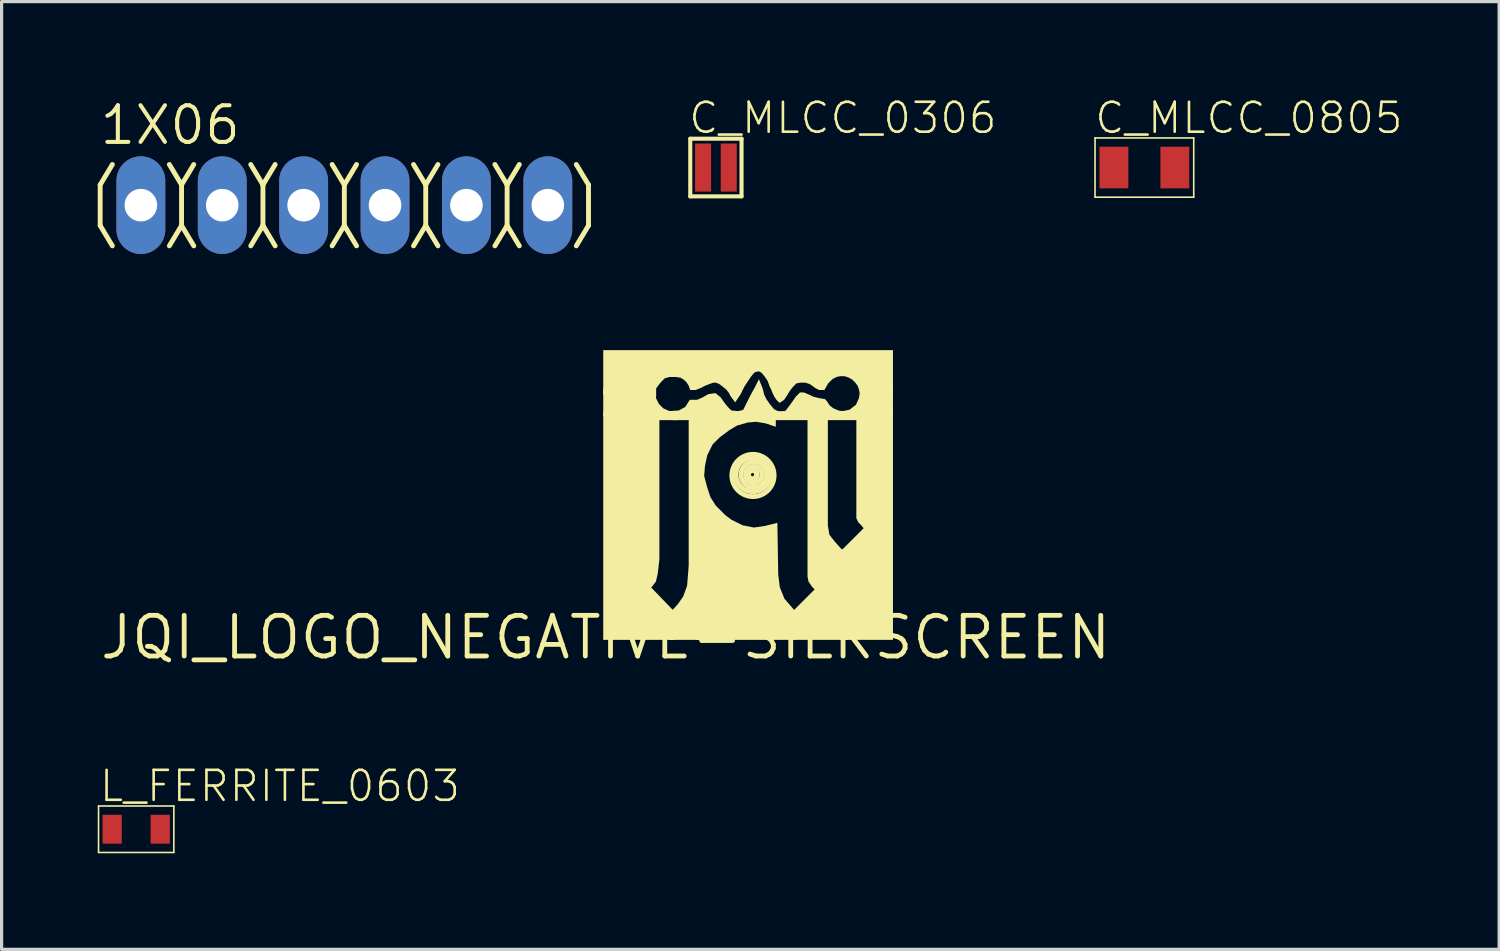
<source format=kicad_pcb>
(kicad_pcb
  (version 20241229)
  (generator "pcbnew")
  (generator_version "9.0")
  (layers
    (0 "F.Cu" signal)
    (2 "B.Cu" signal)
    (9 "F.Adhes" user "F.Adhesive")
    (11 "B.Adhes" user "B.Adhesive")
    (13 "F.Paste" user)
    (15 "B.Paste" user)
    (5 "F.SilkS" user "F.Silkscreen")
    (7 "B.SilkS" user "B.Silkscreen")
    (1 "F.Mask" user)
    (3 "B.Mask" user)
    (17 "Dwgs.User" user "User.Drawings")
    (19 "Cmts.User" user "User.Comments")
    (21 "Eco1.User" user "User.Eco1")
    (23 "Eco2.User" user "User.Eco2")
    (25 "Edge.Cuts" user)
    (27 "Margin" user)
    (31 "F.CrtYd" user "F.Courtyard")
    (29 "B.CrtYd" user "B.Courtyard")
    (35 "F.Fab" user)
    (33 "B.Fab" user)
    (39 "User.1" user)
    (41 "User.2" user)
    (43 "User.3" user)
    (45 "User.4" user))
  (footprint "JQI_LOGO_NEGATIVE-SILKSCREEN"
    (layer "F.Cu")
    (at 15.852 16.843)
    (property "Reference" "JQI_LOGO_NEGATIVE-SILKSCREEN" (at 0 0 0) (layer "F.SilkS") (effects (font (size 1.27 1.27) (thickness 0.15))))
    (fp_circle (center 4.572 -5.08) (end 4.629 -5.08) (stroke (width 0.152) (type solid)) (fill no) (layer "F.SilkS"))
    (fp_circle (center 4.597 -5.08) (end 4.734 -5.08) (stroke (width 0.152) (type solid)) (fill no) (layer "F.SilkS"))
    (fp_circle (center 4.597 -5.08) (end 5.128 -5.08) (stroke (width 0.152) (type solid)) (fill no) (layer "F.SilkS"))
    (fp_circle (center 4.597 -5.055) (end 5.256 -5.055) (stroke (width 0.152) (type solid)) (fill no) (layer "F.SilkS"))
    (fp_circle (center 4.623 -5.08) (end 4.882 -5.08) (stroke (width 0.152) (type solid)) (fill no) (layer "F.SilkS"))
    (fp_circle (center 4.623 -5.08) (end 5.024 -5.08) (stroke (width 0.152) (type solid)) (fill no) (layer "F.SilkS"))
    (fp_poly (pts (xy 2.235 -6.782) (xy 1.676 -6.782) (xy 1.676 -2.434) (xy 1.625 -1.994) (xy 1.569 -1.745) (xy 1.422 -1.555) (xy 2.159 -0.793) (xy 2.159 0.076) (xy -0.076 0.076) (xy -0.076 -7.061) (xy 2.235 -7.061)) (stroke (width 0) (type default)) (fill yes) (layer "F.SilkS"))
    (fp_poly (pts (xy 2.946 0.076) (xy 1.981 0.076) (xy 1.981 -0.741) (xy 2.252 -1.038) (xy 2.421 -1.28) (xy 2.541 -1.616) (xy 2.591 -2.238) (xy 2.591 -6.782) (xy 2.083 -6.782) (xy 2.083 -7.061) (xy 2.946 -7.061)) (stroke (width 0) (type default)) (fill yes) (layer "F.SilkS"))
    (fp_poly (pts (xy 8.966 0.076) (xy 7.315 0.076) (xy 7.315 -2.673) (xy 8.05 -3.408) (xy 7.97 -3.505) (xy 7.888 -3.587) (xy 7.823 -3.716) (xy 7.823 -6.782) (xy 6.821 -6.782) (xy 6.765 -7.061) (xy 8.966 -7.061)) (stroke (width 0) (type default)) (fill yes) (layer "F.SilkS"))
    (fp_poly (pts (xy 6.934 -3.486) (xy 6.981 -3.207) (xy 7.145 -2.995) (xy 7.358 -2.758) (xy 7.544 -2.697) (xy 7.544 0.076) (xy 5.763 0.076) (xy 5.792 -0.769) (xy 6.522 -1.499) (xy 6.443 -1.577) (xy 6.329 -1.748) (xy 6.299 -1.897) (xy 6.299 -6.782) (xy 5.182 -6.782) (xy 5.182 -7.061) (xy 6.934 -7.061)) (stroke (width 0) (type default)) (fill yes) (layer "F.SilkS"))
    (fp_poly (pts (xy 5.309 -6.574) (xy 4.985 -6.682) (xy 4.696 -6.73) (xy 4.434 -6.707) (xy 4.095 -6.61) (xy 3.853 -6.464) (xy 3.555 -6.241) (xy 3.339 -6.025) (xy 3.171 -5.69) (xy 3.098 -5.348) (xy 3.074 -5.036) (xy 3.172 -4.67) (xy 3.27 -4.376) (xy 3.438 -4.112) (xy 3.733 -3.817) (xy 3.926 -3.672) (xy 4.267 -3.502) (xy 4.625 -3.43) (xy 4.964 -3.478) (xy 5.358 -3.577) (xy 5.385 -1.961) (xy 5.434 -1.569) (xy 5.578 -1.209) (xy 5.918 -0.816) (xy 5.918 0.076) (xy 2.819 0.076) (xy 2.819 -7.061) (xy 5.309 -7.061)) (stroke (width 0) (type default)) (fill yes) (layer "F.SilkS"))
    (fp_poly (pts (xy 4.899 -7.77) (xy 4.949 -7.57) (xy 5.018 -7.431) (xy 5.14 -7.26) (xy 5.255 -7.122) (xy 5.424 -7.038) (xy 5.598 -7.057) (xy 5.755 -7.259) (xy 5.936 -7.517) (xy 6.064 -7.645) (xy 6.188 -7.645) (xy 6.382 -7.562) (xy 6.478 -7.514) (xy 6.67 -7.466) (xy 6.844 -7.437) (xy 6.892 -7.389) (xy 6.991 -7.24) (xy 7.101 -7.153) (xy 7.261 -7.084) (xy 7.39 -7.062) (xy 7.613 -7.107) (xy 7.812 -7.262) (xy 7.902 -7.465) (xy 7.963 -7.798) (xy 8.966 -7.798) (xy 8.966 -6.909) (xy -0.076 -6.909) (xy -0.076 -7.772) (xy 1.542 -7.772) (xy 1.573 -7.464) (xy 1.663 -7.284) (xy 1.796 -7.15) (xy 1.995 -7.062) (xy 2.289 -7.085) (xy 2.486 -7.194) (xy 2.625 -7.417) (xy 2.855 -7.417) (xy 3.014 -7.485) (xy 3.201 -7.592) (xy 3.425 -7.624) (xy 3.586 -7.495) (xy 3.718 -7.31) (xy 3.816 -7.188) (xy 3.921 -7.084) (xy 4.135 -7.062) (xy 4.291 -7.101) (xy 4.428 -7.375) (xy 4.53 -7.579) (xy 4.657 -7.808) (xy 4.783 -8.06)) (stroke (width 0) (type default)) (fill yes) (layer "F.SilkS"))
    (fp_poly (pts (xy 8.966 -7.569) (xy 7.939 -7.569) (xy 7.902 -7.751) (xy 7.858 -7.862) (xy 7.791 -7.951) (xy 7.7 -8.042) (xy 7.588 -8.109) (xy 7.455 -8.153) (xy 7.323 -8.153) (xy 7.213 -8.131) (xy 7.081 -8.065) (xy 6.944 -7.929) (xy 6.826 -7.722) (xy 6.662 -7.722) (xy 6.538 -7.784) (xy 6.433 -7.863) (xy 6.367 -7.907) (xy 6.236 -7.95) (xy 6.077 -7.95) (xy 5.955 -7.93) (xy 5.848 -7.823) (xy 5.752 -7.703) (xy 5.678 -7.579) (xy 5.567 -7.413) (xy 5.426 -7.319) (xy 5.326 -7.419) (xy 5.268 -7.505) (xy 5.214 -7.614) (xy 5.163 -7.741) (xy 5.111 -7.845) (xy 5.062 -7.993) (xy 4.968 -8.134) (xy 4.875 -8.249) (xy 4.818 -8.288) (xy 4.77 -8.303) (xy 4.678 -8.285) (xy 4.624 -8.249) (xy 4.532 -8.134) (xy 4.333 -7.836) (xy 4.206 -7.582) (xy 4.042 -7.336) (xy 3.897 -7.529) (xy 3.847 -7.63) (xy 3.756 -7.744) (xy 3.636 -7.839) (xy 3.544 -7.909) (xy 3.44 -7.95) (xy 3.365 -7.95) (xy 3.227 -7.904) (xy 3.105 -7.855) (xy 2.952 -7.779) (xy 2.809 -7.722) (xy 2.637 -7.722) (xy 2.597 -7.842) (xy 2.53 -7.954) (xy 2.442 -8.042) (xy 2.336 -8.106) (xy 2.179 -8.128) (xy 1.992 -8.128) (xy 1.843 -8.086) (xy 1.709 -7.951) (xy 1.575 -7.772) (xy 1.575 -7.516) (xy -0.076 -7.572) (xy -0.076 -8.966) (xy 8.966 -8.966)) (stroke (width 0) (type default)) (fill yes) (layer "F.SilkS")))
  (footprint "C_MLCC_0306"
    (layer "F.Cu")
    (at 19.292 2.179)
    (property "Reference" "C_MLCC_0306" (at -0.9 -1 0) (unlocked yes) (layer "F.SilkS") (effects (font (size 0.935 0.935) (thickness 0.081)) (justify left bottom)))
    (fp_line (start -0.8 -0.9) (end -0.8 0.9) (stroke (width 0.127) (type solid)) (layer "F.SilkS"))
    (fp_line (start -0.8 0.9) (end 0.8 0.9) (stroke (width 0.127) (type solid)) (layer "F.SilkS"))
    (fp_line (start 0.8 -0.9) (end -0.8 -0.9) (stroke (width 0.127) (type solid)) (layer "F.SilkS"))
    (fp_line (start 0.8 0.9) (end 0.8 -0.9) (stroke (width 0.127) (type solid)) (layer "F.SilkS"))
    (pad "P$1" smd rect (at -0.4 0) (size 0.5 1.5) (layers "F.Cu" "F.Mask" "F.Paste"))
    (pad "P$2" smd rect (at 0.4 0) (size 0.5 1.5) (layers "F.Cu" "F.Mask" "F.Paste")))
  (footprint "C_MLCC_0805"
    (layer "F.Cu")
    (at 32.664 2.179)
    (property "Reference" "C_MLCC_0805" (at -1.6 -1 0) (unlocked yes) (layer "F.SilkS") (effects (font (size 0.935 0.935) (thickness 0.081)) (justify left bottom)))
    (fp_line (start -1.54 -0.925) (end 1.54 -0.925) (stroke (width 0.05) (type solid)) (layer "F.SilkS"))
    (fp_line (start -1.54 0.925) (end -1.54 -0.925) (stroke (width 0.05) (type solid)) (layer "F.SilkS"))
    (fp_line (start 1.54 -0.925) (end 1.54 0.925) (stroke (width 0.05) (type solid)) (layer "F.SilkS"))
    (fp_line (start 1.54 0.925) (end -1.54 0.925) (stroke (width 0.05) (type solid)) (layer "F.SilkS"))
    (pad "P$1" smd rect (at -0.95 0) (size 0.9 1.3) (layers "F.Cu" "F.Mask" "F.Paste"))
    (pad "P$2" smd rect (at 0.95 0) (size 0.9 1.3) (layers "F.Cu" "F.Mask" "F.Paste")))
  (footprint "1X06"
    (layer "F.Cu")
    (at 7.696 3.353)
    (property "Reference" "1X06" (at -7.696 -1.829 0) (unlocked yes) (layer "F.SilkS") (effects (font (size 1.143 1.143) (thickness 0.127)) (justify left bottom)))
    (fp_line (start -7.62 -0.635) (end -7.62 0.635) (stroke (width 0.152) (type solid)) (layer "F.SilkS"))
    (fp_line (start -7.62 0.635) (end -7.239 1.27) (stroke (width 0.152) (type solid)) (layer "F.SilkS"))
    (fp_line (start -7.239 -1.27) (end -7.62 -0.635) (stroke (width 0.152) (type solid)) (layer "F.SilkS"))
    (fp_line (start -5.461 -1.27) (end -5.08 -0.635) (stroke (width 0.152) (type solid)) (layer "F.SilkS"))
    (fp_line (start -5.08 -0.635) (end -5.08 0.635) (stroke (width 0.152) (type solid)) (layer "F.SilkS"))
    (fp_line (start -5.08 -0.635) (end -4.699 -1.27) (stroke (width 0.152) (type solid)) (layer "F.SilkS"))
    (fp_line (start -5.08 0.635) (end -5.461 1.27) (stroke (width 0.152) (type solid)) (layer "F.SilkS"))
    (fp_line (start -4.699 1.27) (end -5.08 0.635) (stroke (width 0.152) (type solid)) (layer "F.SilkS"))
    (fp_line (start -2.921 -1.27) (end -2.54 -0.635) (stroke (width 0.152) (type solid)) (layer "F.SilkS"))
    (fp_line (start -2.54 -0.635) (end -2.54 0.635) (stroke (width 0.152) (type solid)) (layer "F.SilkS"))
    (fp_line (start -2.54 -0.635) (end -2.159 -1.27) (stroke (width 0.152) (type solid)) (layer "F.SilkS"))
    (fp_line (start -2.54 0.635) (end -2.921 1.27) (stroke (width 0.152) (type solid)) (layer "F.SilkS"))
    (fp_line (start -2.159 1.27) (end -2.54 0.635) (stroke (width 0.152) (type solid)) (layer "F.SilkS"))
    (fp_line (start -0.381 -1.27) (end 0 -0.635) (stroke (width 0.152) (type solid)) (layer "F.SilkS"))
    (fp_line (start 0 -0.635) (end 0 0.635) (stroke (width 0.152) (type solid)) (layer "F.SilkS"))
    (fp_line (start 0 0.635) (end -0.381 1.27) (stroke (width 0.152) (type solid)) (layer "F.SilkS"))
    (fp_line (start 0 0.635) (end 0.381 1.27) (stroke (width 0.152) (type solid)) (layer "F.SilkS"))
    (fp_line (start 0.381 -1.27) (end 0 -0.635) (stroke (width 0.152) (type solid)) (layer "F.SilkS"))
    (fp_line (start 2.159 -1.27) (end 2.54 -0.635) (stroke (width 0.152) (type solid)) (layer "F.SilkS"))
    (fp_line (start 2.54 -0.635) (end 2.54 0.635) (stroke (width 0.152) (type solid)) (layer "F.SilkS"))
    (fp_line (start 2.54 -0.635) (end 2.921 -1.27) (stroke (width 0.152) (type solid)) (layer "F.SilkS"))
    (fp_line (start 2.54 0.635) (end 2.159 1.27) (stroke (width 0.152) (type solid)) (layer "F.SilkS"))
    (fp_line (start 2.921 1.27) (end 2.54 0.635) (stroke (width 0.152) (type solid)) (layer "F.SilkS"))
    (fp_line (start 4.699 -1.27) (end 5.08 -0.635) (stroke (width 0.152) (type solid)) (layer "F.SilkS"))
    (fp_line (start 5.08 -0.635) (end 5.08 0.635) (stroke (width 0.152) (type solid)) (layer "F.SilkS"))
    (fp_line (start 5.08 0.635) (end 4.699 1.27) (stroke (width 0.152) (type solid)) (layer "F.SilkS"))
    (fp_line (start 5.08 0.635) (end 5.461 1.27) (stroke (width 0.152) (type solid)) (layer "F.SilkS"))
    (fp_line (start 5.461 -1.27) (end 5.08 -0.635) (stroke (width 0.152) (type solid)) (layer "F.SilkS"))
    (fp_line (start 7.239 -1.27) (end 7.62 -0.635) (stroke (width 0.152) (type solid)) (layer "F.SilkS"))
    (fp_line (start 7.62 -0.635) (end 7.62 0.635) (stroke (width 0.152) (type solid)) (layer "F.SilkS"))
    (fp_line (start 7.62 0.635) (end 7.239 1.27) (stroke (width 0.152) (type solid)) (layer "F.SilkS"))
    (fp_poly (pts (xy -6.604 0.254) (xy -6.096 0.254) (xy -6.096 -0.254) (xy -6.604 -0.254)) (stroke (width 0.1) (type default)) (fill no) (layer "F.Fab"))
    (fp_poly (pts (xy -4.064 0.254) (xy -3.556 0.254) (xy -3.556 -0.254) (xy -4.064 -0.254)) (stroke (width 0.1) (type default)) (fill no) (layer "F.Fab"))
    (fp_poly (pts (xy -1.524 0.254) (xy -1.016 0.254) (xy -1.016 -0.254) (xy -1.524 -0.254)) (stroke (width 0.1) (type default)) (fill no) (layer "F.Fab"))
    (fp_poly (pts (xy 1.016 0.254) (xy 1.524 0.254) (xy 1.524 -0.254) (xy 1.016 -0.254)) (stroke (width 0.1) (type default)) (fill no) (layer "F.Fab"))
    (fp_poly (pts (xy 3.556 0.254) (xy 4.064 0.254) (xy 4.064 -0.254) (xy 3.556 -0.254)) (stroke (width 0.1) (type default)) (fill no) (layer "F.Fab"))
    (fp_poly (pts (xy 6.096 0.254) (xy 6.604 0.254) (xy 6.604 -0.254) (xy 6.096 -0.254)) (stroke (width 0.1) (type default)) (fill no) (layer "F.Fab"))
    (pad "1" thru_hole oval (at -6.35 0 90) (size 3.048 1.524) (drill 1.016) (layers "*.Cu" "*.Mask"))
    (pad "2" thru_hole oval (at -3.81 0 90) (size 3.048 1.524) (drill 1.016) (layers "*.Cu" "*.Mask"))
    (pad "3" thru_hole oval (at -1.27 0 90) (size 3.048 1.524) (drill 1.016) (layers "*.Cu" "*.Mask"))
    (pad "4" thru_hole oval (at 1.27 0 90) (size 3.048 1.524) (drill 1.016) (layers "*.Cu" "*.Mask"))
    (pad "5" thru_hole oval (at 3.81 0 90) (size 3.048 1.524) (drill 1.016) (layers "*.Cu" "*.Mask"))
    (pad "6" thru_hole oval (at 6.35 0 90) (size 3.048 1.524) (drill 1.016) (layers "*.Cu" "*.Mask")))
  (footprint "L_FERRITE_0603"
    (layer "F.Cu")
    (at 1.2 22.828)
    (property "Reference" "L_FERRITE_0603" (at -1.2 -0.8 0) (unlocked yes) (layer "F.SilkS") (effects (font (size 0.935 0.935) (thickness 0.081)) (justify left bottom)))
    (fp_line (start -1.175 -0.725) (end -1.175 0.725) (stroke (width 0.05) (type solid)) (layer "F.SilkS"))
    (fp_line (start -1.175 0.725) (end 1.175 0.725) (stroke (width 0.05) (type solid)) (layer "F.SilkS"))
    (fp_line (start 1.175 -0.725) (end -1.175 -0.725) (stroke (width 0.05) (type solid)) (layer "F.SilkS"))
    (fp_line (start 1.175 0.725) (end 1.175 -0.725) (stroke (width 0.05) (type solid)) (layer "F.SilkS"))
    (pad "P$1" smd rect (at -0.75 0) (size 0.6 0.9) (layers "F.Cu" "F.Mask" "F.Paste"))
    (pad "P$2" smd rect (at 0.75 0) (size 0.6 0.9) (layers "F.Cu" "F.Mask" "F.Paste")))
  (gr_rect
    (start -3 -3)
    (end 43.735 26.578)
    (stroke (width 0.1) (type default))
    (fill no)
    (layer "Edge.Cuts")))
</source>
